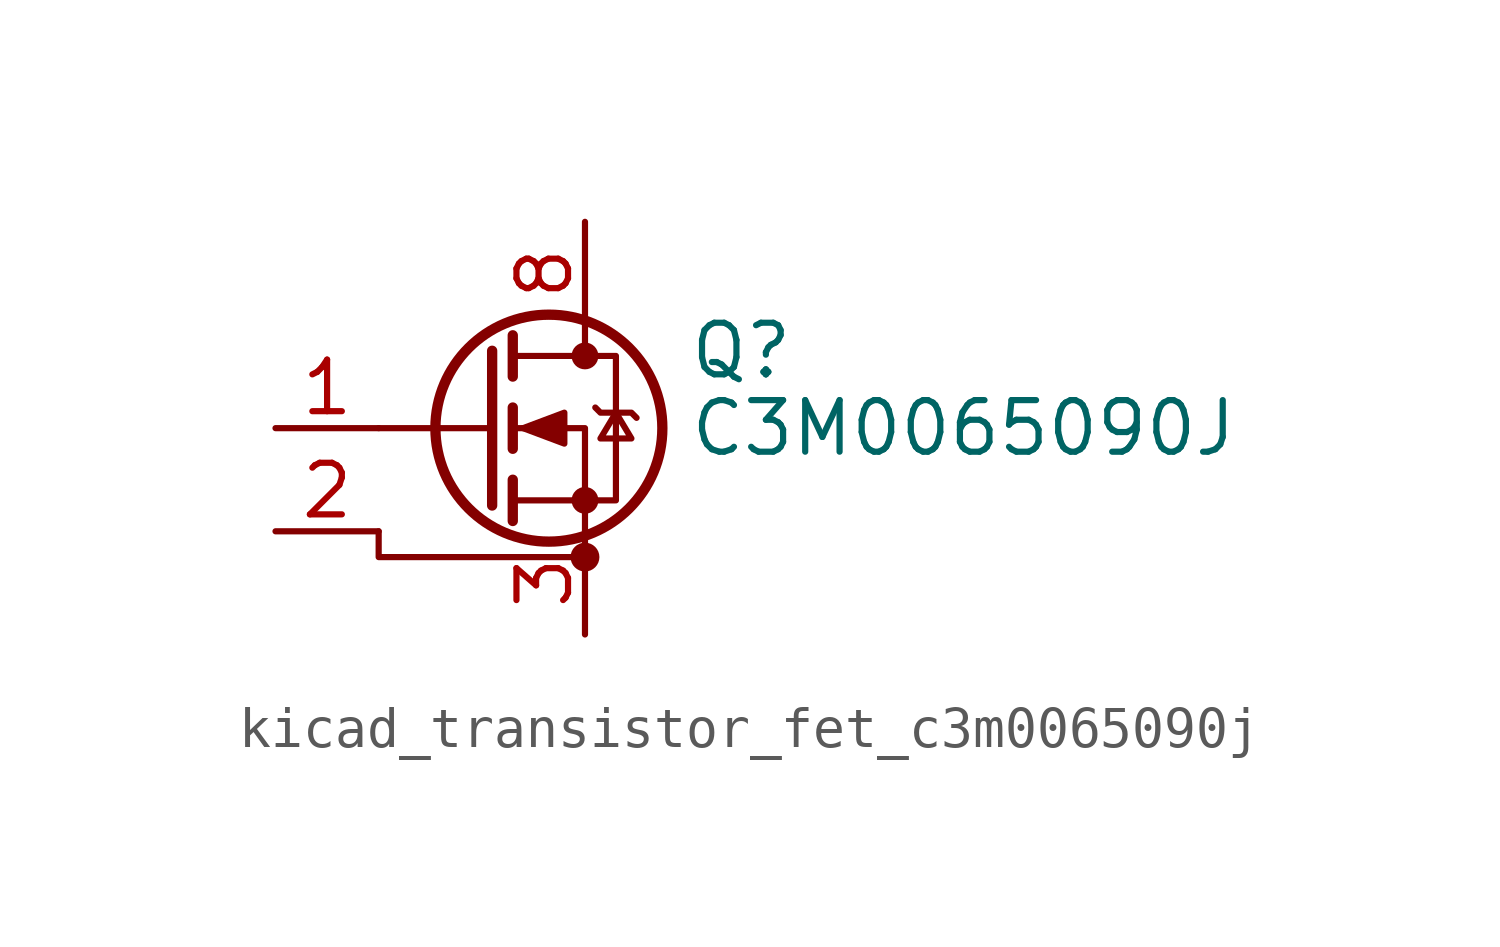
<source format=kicad_sym>
(kicad_symbol_lib
  (version 20220914)
  (generator kicad_symbol_editor)
  (symbol "kicad_transistor_fet_c3m0065090j"
    (pin_names hide)
    (property "Reference" "Q"
      (at 5.08 1.905 0)
      (effects (font (size 1.27 1.27)) (justify left)))
    (property "Value" "C3M0065090J"
      (at 5.08 0 0)
      (effects (font (size 1.27 1.27)) (justify left)))
    (symbol "kicad_transistor_fet_c3m0065090j_0_1"
      (polyline (pts (xy 0.254 0) (xy -2.54 0)) (stroke (width 0) (type default)) (fill (type none)))
      (polyline (pts (xy 0.254 1.905) (xy 0.254 -1.905)) (stroke (width 0.254) (type default)) (fill (type none)))
      (polyline (pts (xy 0.762 -1.27) (xy 0.762 -2.286)) (stroke (width 0.254) (type default)) (fill (type none)))
      (polyline (pts (xy 0.762 0.508) (xy 0.762 -0.508)) (stroke (width 0.254) (type default)) (fill (type none)))
      (polyline (pts (xy 0.762 2.286) (xy 0.762 1.27)) (stroke (width 0.254) (type default)) (fill (type none)))
      (polyline (pts (xy 2.54 2.54) (xy 2.54 1.778)) (stroke (width 0) (type default)) (fill (type none)))
      (polyline (pts (xy -2.54 -2.54) (xy -2.54 -3.175) (xy 2.54 -3.175)) (stroke (width 0) (type default)) (fill (type none)))
      (polyline (pts (xy 2.54 -2.54) (xy 2.54 0) (xy 0.762 0)) (stroke (width 0) (type default)) (fill (type none)))
      (polyline (pts (xy 0.762 -1.778) (xy 3.302 -1.778) (xy 3.302 1.778) (xy 0.762 1.778)) (stroke (width 0) (type default)) (fill (type none)))
      (polyline (pts (xy 1.016 0) (xy 2.032 0.381) (xy 2.032 -0.381) (xy 1.016 0)) (stroke (width 0) (type default)) (fill (type outline)))
      (polyline (pts (xy 2.794 0.508) (xy 2.921 0.381) (xy 3.683 0.381) (xy 3.81 0.254)) (stroke (width 0) (type default)) (fill (type none)))
      (polyline (pts (xy 3.302 0.381) (xy 2.921 -0.254) (xy 3.683 -0.254) (xy 3.302 0.381)) (stroke (width 0) (type default)) (fill (type none)))
      (circle (center 1.651 0) (radius 2.794) (stroke (width 0.254) (type default)) (fill (type none)))
      (circle (center 2.54 -3.175) (radius 0.279) (stroke (width 0) (type default)) (fill (type outline)))
      (circle (center 2.54 -1.778) (radius 0.254) (stroke (width 0) (type default)) (fill (type outline)))
      (circle (center 2.54 1.778) (radius 0.254) (stroke (width 0) (type default)) (fill (type outline))))
    (symbol "kicad_transistor_fet_c3m0065090j_1_1"
      (pin input line (at -5.08 0 0) (length 2.54) (name "G" (effects (font (size 1.27 1.27)))) (number "1" (effects (font (size 1.27 1.27)))))
      (pin passive line (at -5.08 -2.54 0) (length 2.54) (name "DS" (effects (font (size 1.27 1.27)))) (number "2" (effects (font (size 1.27 1.27)))))
      (pin passive line (at 2.54 -5.08 90) (length 2.54) (name "S" (effects (font (size 1.27 1.27)))) (number "3" (effects (font (size 1.27 1.27)))))
      (pin passive line (at 2.54 -5.08 90) (length 2.54) hide (name "S" (effects (font (size 1.27 1.27)))) (number "4" (effects (font (size 1.27 1.27)))))
      (pin passive line (at 2.54 -5.08 90) (length 2.54) hide (name "S" (effects (font (size 1.27 1.27)))) (number "5" (effects (font (size 1.27 1.27)))))
      (pin passive line (at 2.54 -5.08 90) (length 2.54) hide (name "S" (effects (font (size 1.27 1.27)))) (number "6" (effects (font (size 1.27 1.27)))))
      (pin passive line (at 2.54 -5.08 90) (length 2.54) hide (name "S" (effects (font (size 1.27 1.27)))) (number "7" (effects (font (size 1.27 1.27)))))
      (pin passive line (at 2.54 5.08 270) (length 2.54) (name "D" (effects (font (size 1.27 1.27)))) (number "8" (effects (font (size 1.27 1.27))))))))
</source>
